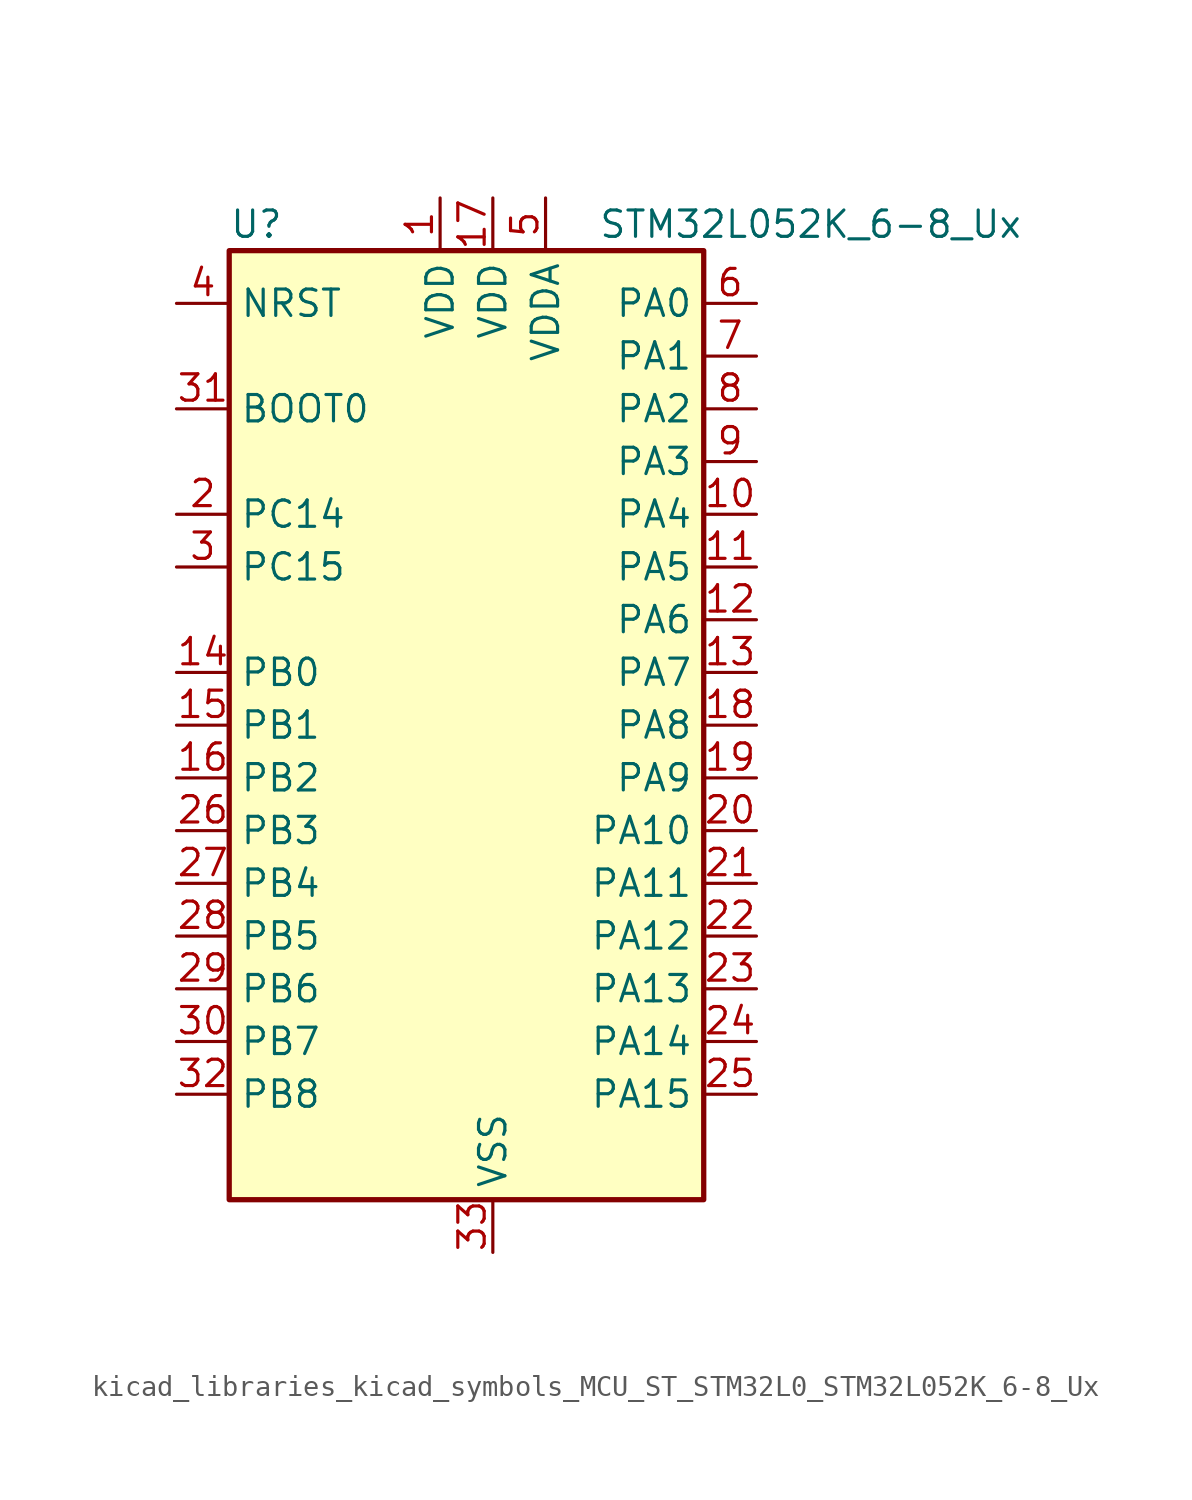
<source format=kicad_sym>
(kicad_symbol_lib
  (version 20220914)
  (generator kicad_symbol_editor)
  (symbol "kicad_libraries_kicad_symbols_MCU_ST_STM32L0_STM32L052K_6-8_Ux"
    (property "Reference" "U"
      (at -10.16 24.13 0)
      (effects (font (size 1.27 1.27)) (justify left)))
    (property "Value" "STM32L052K_6-8_Ux"
      (at 7.62 24.13 0)
      (effects (font (size 1.27 1.27)) (justify left)))
    (property "ki_locked" ""
      (at 0 0 0)
      (effects (font (size 1.27 1.27))))
    (symbol "kicad_libraries_kicad_symbols_MCU_ST_STM32L0_STM32L052K_6-8_Ux_0_1"
      (rectangle (start -10.16 -22.86) (end 12.7 22.86) (stroke (width 0.254) (type default)) (fill (type background))))
    (symbol "kicad_libraries_kicad_symbols_MCU_ST_STM32L0_STM32L052K_6-8_Ux_1_1"
      (pin power_in line (at 0 25.4 270) (length 2.54) (name "VDD" (effects (font (size 1.27 1.27)))) (number "1" (effects (font (size 1.27 1.27)))))
      (pin bidirectional line (at 15.24 10.16 180) (length 2.54) (name "PA4" (effects (font (size 1.27 1.27)))) (number "10" (effects (font (size 1.27 1.27)))) (alternate "ADC_IN4" bidirectional line) (alternate "COMP1_INM" bidirectional line) (alternate "COMP2_INM" bidirectional line) (alternate "DAC_OUT1" bidirectional line) (alternate "SPI1_NSS" bidirectional line) (alternate "TIM22_ETR" bidirectional line) (alternate "TSC_G2_IO1" bidirectional line) (alternate "USART2_CK" bidirectional line))
      (pin bidirectional line (at 15.24 7.62 180) (length 2.54) (name "PA5" (effects (font (size 1.27 1.27)))) (number "11" (effects (font (size 1.27 1.27)))) (alternate "ADC_IN5" bidirectional line) (alternate "COMP1_INM" bidirectional line) (alternate "COMP2_INM" bidirectional line) (alternate "SPI1_SCK" bidirectional line) (alternate "TIM2_CH1" bidirectional line) (alternate "TIM2_ETR" bidirectional line) (alternate "TSC_G2_IO2" bidirectional line))
      (pin bidirectional line (at 15.24 5.08 180) (length 2.54) (name "PA6" (effects (font (size 1.27 1.27)))) (number "12" (effects (font (size 1.27 1.27)))) (alternate "ADC_IN6" bidirectional line) (alternate "COMP1_OUT" bidirectional line) (alternate "SPI1_MISO" bidirectional line) (alternate "TIM22_CH1" bidirectional line) (alternate "TSC_G2_IO3" bidirectional line))
      (pin bidirectional line (at 15.24 2.54 180) (length 2.54) (name "PA7" (effects (font (size 1.27 1.27)))) (number "13" (effects (font (size 1.27 1.27)))) (alternate "ADC_IN7" bidirectional line) (alternate "COMP2_OUT" bidirectional line) (alternate "SPI1_MOSI" bidirectional line) (alternate "TIM22_CH2" bidirectional line) (alternate "TSC_G2_IO4" bidirectional line))
      (pin bidirectional line (at -12.7 2.54 0) (length 2.54) (name "PB0" (effects (font (size 1.27 1.27)))) (number "14" (effects (font (size 1.27 1.27)))) (alternate "ADC_IN8" bidirectional line) (alternate "SYS_VREF_OUT_PB0" bidirectional line) (alternate "TSC_G3_IO2" bidirectional line))
      (pin bidirectional line (at -12.7 0 0) (length 2.54) (name "PB1" (effects (font (size 1.27 1.27)))) (number "15" (effects (font (size 1.27 1.27)))) (alternate "ADC_IN9" bidirectional line) (alternate "SYS_VREF_OUT_PB1" bidirectional line) (alternate "TSC_G3_IO3" bidirectional line))
      (pin bidirectional line (at -12.7 -2.54 0) (length 2.54) (name "PB2" (effects (font (size 1.27 1.27)))) (number "16" (effects (font (size 1.27 1.27)))) (alternate "LPTIM1_OUT" bidirectional line) (alternate "TSC_G3_IO4" bidirectional line))
      (pin power_in line (at 2.54 25.4 270) (length 2.54) (name "VDD" (effects (font (size 1.27 1.27)))) (number "17" (effects (font (size 1.27 1.27)))))
      (pin bidirectional line (at 15.24 0 180) (length 2.54) (name "PA8" (effects (font (size 1.27 1.27)))) (number "18" (effects (font (size 1.27 1.27)))) (alternate "CRS_SYNC" bidirectional line) (alternate "RCC_MCO" bidirectional line) (alternate "USART1_CK" bidirectional line))
      (pin bidirectional line (at 15.24 -2.54 180) (length 2.54) (name "PA9" (effects (font (size 1.27 1.27)))) (number "19" (effects (font (size 1.27 1.27)))) (alternate "DAC_EXTI9" bidirectional line) (alternate "RCC_MCO" bidirectional line) (alternate "TSC_G4_IO1" bidirectional line) (alternate "USART1_TX" bidirectional line))
      (pin bidirectional line (at -12.7 10.16 0) (length 2.54) (name "PC14" (effects (font (size 1.27 1.27)))) (number "2" (effects (font (size 1.27 1.27)))) (alternate "RCC_OSC32_IN" bidirectional line))
      (pin bidirectional line (at 15.24 -5.08 180) (length 2.54) (name "PA10" (effects (font (size 1.27 1.27)))) (number "20" (effects (font (size 1.27 1.27)))) (alternate "TSC_G4_IO2" bidirectional line) (alternate "USART1_RX" bidirectional line))
      (pin bidirectional line (at 15.24 -7.62 180) (length 2.54) (name "PA11" (effects (font (size 1.27 1.27)))) (number "21" (effects (font (size 1.27 1.27)))) (alternate "ADC_EXTI11" bidirectional line) (alternate "COMP1_OUT" bidirectional line) (alternate "SPI1_MISO" bidirectional line) (alternate "TSC_G4_IO3" bidirectional line) (alternate "USART1_CTS" bidirectional line) (alternate "USB_DM" bidirectional line))
      (pin bidirectional line (at 15.24 -10.16 180) (length 2.54) (name "PA12" (effects (font (size 1.27 1.27)))) (number "22" (effects (font (size 1.27 1.27)))) (alternate "COMP2_OUT" bidirectional line) (alternate "SPI1_MOSI" bidirectional line) (alternate "TSC_G4_IO4" bidirectional line) (alternate "USART1_DE" bidirectional line) (alternate "USART1_RTS" bidirectional line) (alternate "USB_DP" bidirectional line))
      (pin bidirectional line (at 15.24 -12.7 180) (length 2.54) (name "PA13" (effects (font (size 1.27 1.27)))) (number "23" (effects (font (size 1.27 1.27)))) (alternate "SYS_SWDIO" bidirectional line) (alternate "USB_NOE" bidirectional line))
      (pin bidirectional line (at 15.24 -15.24 180) (length 2.54) (name "PA14" (effects (font (size 1.27 1.27)))) (number "24" (effects (font (size 1.27 1.27)))) (alternate "SYS_SWCLK" bidirectional line) (alternate "USART2_TX" bidirectional line))
      (pin bidirectional line (at 15.24 -17.78 180) (length 2.54) (name "PA15" (effects (font (size 1.27 1.27)))) (number "25" (effects (font (size 1.27 1.27)))) (alternate "SPI1_NSS" bidirectional line) (alternate "TIM2_CH1" bidirectional line) (alternate "TIM2_ETR" bidirectional line) (alternate "USART2_RX" bidirectional line))
      (pin bidirectional line (at -12.7 -5.08 0) (length 2.54) (name "PB3" (effects (font (size 1.27 1.27)))) (number "26" (effects (font (size 1.27 1.27)))) (alternate "COMP2_INM" bidirectional line) (alternate "SPI1_SCK" bidirectional line) (alternate "TIM2_CH2" bidirectional line) (alternate "TSC_G5_IO1" bidirectional line))
      (pin bidirectional line (at -12.7 -7.62 0) (length 2.54) (name "PB4" (effects (font (size 1.27 1.27)))) (number "27" (effects (font (size 1.27 1.27)))) (alternate "COMP2_INP" bidirectional line) (alternate "SPI1_MISO" bidirectional line) (alternate "TIM22_CH1" bidirectional line) (alternate "TSC_G5_IO2" bidirectional line))
      (pin bidirectional line (at -12.7 -10.16 0) (length 2.54) (name "PB5" (effects (font (size 1.27 1.27)))) (number "28" (effects (font (size 1.27 1.27)))) (alternate "COMP2_INP" bidirectional line) (alternate "I2C1_SMBA" bidirectional line) (alternate "LPTIM1_IN1" bidirectional line) (alternate "SPI1_MOSI" bidirectional line) (alternate "TIM22_CH2" bidirectional line))
      (pin bidirectional line (at -12.7 -12.7 0) (length 2.54) (name "PB6" (effects (font (size 1.27 1.27)))) (number "29" (effects (font (size 1.27 1.27)))) (alternate "COMP2_INP" bidirectional line) (alternate "I2C1_SCL" bidirectional line) (alternate "LPTIM1_ETR" bidirectional line) (alternate "TSC_G5_IO3" bidirectional line) (alternate "USART1_TX" bidirectional line))
      (pin bidirectional line (at -12.7 7.62 0) (length 2.54) (name "PC15" (effects (font (size 1.27 1.27)))) (number "3" (effects (font (size 1.27 1.27)))) (alternate "RCC_OSC32_OUT" bidirectional line))
      (pin bidirectional line (at -12.7 -15.24 0) (length 2.54) (name "PB7" (effects (font (size 1.27 1.27)))) (number "30" (effects (font (size 1.27 1.27)))) (alternate "COMP2_INP" bidirectional line) (alternate "I2C1_SDA" bidirectional line) (alternate "LPTIM1_IN2" bidirectional line) (alternate "SYS_PVD_IN" bidirectional line) (alternate "TSC_G5_IO4" bidirectional line) (alternate "USART1_RX" bidirectional line))
      (pin input line (at -12.7 15.24 0) (length 2.54) (name "BOOT0" (effects (font (size 1.27 1.27)))) (number "31" (effects (font (size 1.27 1.27)))))
      (pin bidirectional line (at -12.7 -17.78 0) (length 2.54) (name "PB8" (effects (font (size 1.27 1.27)))) (number "32" (effects (font (size 1.27 1.27)))) (alternate "I2C1_SCL" bidirectional line) (alternate "TSC_SYNC" bidirectional line))
      (pin power_in line (at 2.54 -25.4 90) (length 2.54) (name "VSS" (effects (font (size 1.27 1.27)))) (number "33" (effects (font (size 1.27 1.27)))))
      (pin input line (at -12.7 20.32 0) (length 2.54) (name "NRST" (effects (font (size 1.27 1.27)))) (number "4" (effects (font (size 1.27 1.27)))))
      (pin power_in line (at 5.08 25.4 270) (length 2.54) (name "VDDA" (effects (font (size 1.27 1.27)))) (number "5" (effects (font (size 1.27 1.27)))))
      (pin bidirectional line (at 15.24 20.32 180) (length 2.54) (name "PA0" (effects (font (size 1.27 1.27)))) (number "6" (effects (font (size 1.27 1.27)))) (alternate "ADC_IN0" bidirectional line) (alternate "COMP1_INM" bidirectional line) (alternate "COMP1_OUT" bidirectional line) (alternate "RTC_TAMP2" bidirectional line) (alternate "SYS_WKUP1" bidirectional line) (alternate "TIM2_CH1" bidirectional line) (alternate "TIM2_ETR" bidirectional line) (alternate "TSC_G1_IO1" bidirectional line) (alternate "USART2_CTS" bidirectional line))
      (pin bidirectional line (at 15.24 17.78 180) (length 2.54) (name "PA1" (effects (font (size 1.27 1.27)))) (number "7" (effects (font (size 1.27 1.27)))) (alternate "ADC_IN1" bidirectional line) (alternate "COMP1_INP" bidirectional line) (alternate "TIM21_ETR" bidirectional line) (alternate "TIM2_CH2" bidirectional line) (alternate "TSC_G1_IO2" bidirectional line) (alternate "USART2_DE" bidirectional line) (alternate "USART2_RTS" bidirectional line))
      (pin bidirectional line (at 15.24 15.24 180) (length 2.54) (name "PA2" (effects (font (size 1.27 1.27)))) (number "8" (effects (font (size 1.27 1.27)))) (alternate "ADC_IN2" bidirectional line) (alternate "COMP2_INM" bidirectional line) (alternate "COMP2_OUT" bidirectional line) (alternate "TIM21_CH1" bidirectional line) (alternate "TIM2_CH3" bidirectional line) (alternate "TSC_G1_IO3" bidirectional line) (alternate "USART2_TX" bidirectional line))
      (pin bidirectional line (at 15.24 12.7 180) (length 2.54) (name "PA3" (effects (font (size 1.27 1.27)))) (number "9" (effects (font (size 1.27 1.27)))) (alternate "ADC_IN3" bidirectional line) (alternate "COMP2_INP" bidirectional line) (alternate "TIM21_CH2" bidirectional line) (alternate "TIM2_CH4" bidirectional line) (alternate "TSC_G1_IO4" bidirectional line) (alternate "USART2_RX" bidirectional line)))))
</source>
